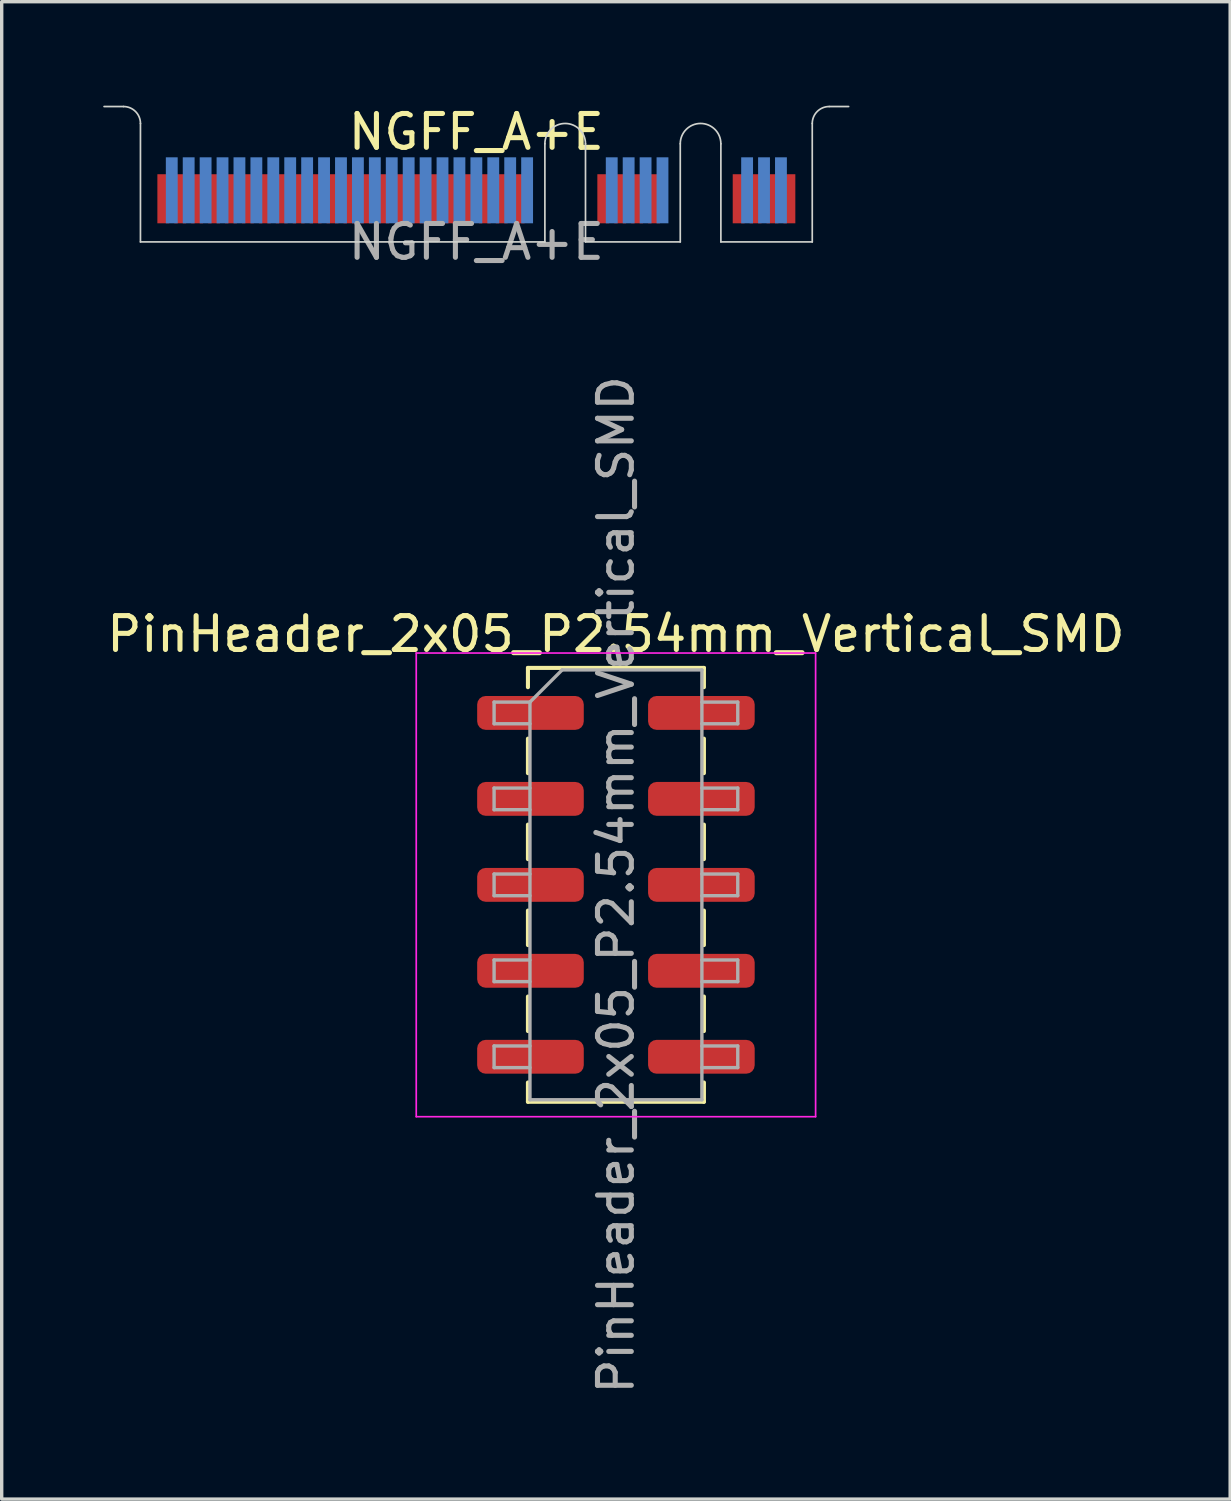
<source format=kicad_pcb>
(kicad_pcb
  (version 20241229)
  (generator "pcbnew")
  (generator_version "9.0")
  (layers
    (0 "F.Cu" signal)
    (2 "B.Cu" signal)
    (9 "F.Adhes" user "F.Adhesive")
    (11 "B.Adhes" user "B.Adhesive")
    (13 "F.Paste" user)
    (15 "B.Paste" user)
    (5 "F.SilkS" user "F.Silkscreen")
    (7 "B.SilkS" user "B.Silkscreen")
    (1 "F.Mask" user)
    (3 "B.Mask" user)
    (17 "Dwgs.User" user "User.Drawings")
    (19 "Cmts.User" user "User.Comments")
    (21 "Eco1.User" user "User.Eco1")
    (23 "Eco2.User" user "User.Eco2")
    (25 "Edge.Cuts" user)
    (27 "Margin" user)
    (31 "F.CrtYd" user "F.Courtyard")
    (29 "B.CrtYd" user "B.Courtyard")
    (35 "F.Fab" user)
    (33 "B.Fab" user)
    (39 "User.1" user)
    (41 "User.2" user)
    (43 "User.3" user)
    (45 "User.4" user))
  (footprint "NGFF_A+E"
    (layer "F.Cu")
    (at 11.025 4.098)
    (property "Reference" "NGFF_A+E" (at 0 -3.25 0) (layer "F.SilkS") (effects (font (size 1 1) (thickness 0.15))))
    (attr exclude_from_pos_files exclude_from_bom)
    (fp_poly (pts (xy -9.925 0) (xy 2.025 0) (xy 2.025 -2) (xy -9.925 -2)) (stroke (width 0) (type solid)) (fill yes) (layer "F.Mask"))
    (fp_poly (pts (xy 3.225 0) (xy 6.025 0) (xy 6.025 -2) (xy 3.225 -2)) (stroke (width 0) (type solid)) (fill yes) (layer "F.Mask"))
    (fp_poly (pts (xy 7.225 0) (xy 9.925 0) (xy 9.925 -2) (xy 7.225 -2)) (stroke (width 0) (type solid)) (fill yes) (layer "F.Mask"))
    (fp_poly (pts (xy -9.925 0) (xy 2.025 0) (xy 2.025 -2.5) (xy -9.925 -2.5)) (stroke (width 0) (type solid)) (fill yes) (layer "B.Mask"))
    (fp_poly (pts (xy 3.225 0) (xy 6.025 0) (xy 6.025 -2.5) (xy 3.225 -2.5)) (stroke (width 0) (type solid)) (fill yes) (layer "B.Mask"))
    (fp_poly (pts (xy 7.225 0) (xy 9.925 0) (xy 9.925 -2.5) (xy 7.225 -2.5)) (stroke (width 0) (type solid)) (fill yes) (layer "B.Mask"))
    (fp_line (start -11 -4) (end -10.425 -4) (stroke (width 0.05) (type solid)) (layer "Edge.Cuts"))
    (fp_line (start -9.925 -3.5) (end -9.925 0) (stroke (width 0.05) (type solid)) (layer "Edge.Cuts"))
    (fp_line (start -9.925 0) (end 2.025 0) (stroke (width 0.05) (type solid)) (layer "Edge.Cuts"))
    (fp_line (start 2.025 0) (end 2.025 -2.9) (stroke (width 0.05) (type solid)) (layer "Edge.Cuts"))
    (fp_line (start 3.225 -2.9) (end 3.225 0) (stroke (width 0.05) (type solid)) (layer "Edge.Cuts"))
    (fp_line (start 3.225 0) (end 6.025 0) (stroke (width 0.05) (type solid)) (layer "Edge.Cuts"))
    (fp_line (start 6.025 0) (end 6.025 -2.9) (stroke (width 0.05) (type solid)) (layer "Edge.Cuts"))
    (fp_line (start 7.225 -2.9) (end 7.225 0) (stroke (width 0.05) (type solid)) (layer "Edge.Cuts"))
    (fp_line (start 7.225 0) (end 9.925 0) (stroke (width 0.05) (type solid)) (layer "Edge.Cuts"))
    (fp_line (start 9.925 0) (end 9.925 -3.5) (stroke (width 0.05) (type solid)) (layer "Edge.Cuts"))
    (fp_line (start 10.425 -4) (end 11 -4) (stroke (width 0.05) (type solid)) (layer "Edge.Cuts"))
    (fp_arc (start -10.425 -4) (mid -10.071447 -3.853553) (end -9.925 -3.5) (stroke (width 0.05) (type solid)) (layer "Edge.Cuts"))
    (fp_arc (start 2.025 -2.9) (mid 2.625 -3.5) (end 3.225 -2.9) (stroke (width 0.05) (type solid)) (layer "Edge.Cuts"))
    (fp_arc (start 6.025 -2.9) (mid 6.625 -3.5) (end 7.225 -2.9) (stroke (width 0.05) (type solid)) (layer "Edge.Cuts"))
    (fp_arc (start 9.925 -3.5) (mid 10.071447 -3.853553) (end 10.425 -4) (stroke (width 0.05) (type solid)) (layer "Edge.Cuts"))
    (fp_text user "${REFERENCE}" (at 0 0 0) (layer "F.Fab") (effects (font (size 1 1) (thickness 0.15))))
    (pad "1" smd rect (at 9.25 -1.275) (size 0.35 1.45) (layers "F.Cu"))
    (pad "2" smd rect (at 9 -1.525) (size 0.35 1.95) (layers "B.Cu"))
    (pad "3" smd rect (at 8.75 -1.275) (size 0.35 1.45) (layers "F.Cu"))
    (pad "4" smd rect (at 8.5 -1.525) (size 0.35 1.95) (layers "B.Cu"))
    (pad "5" smd rect (at 8.25 -1.275) (size 0.35 1.45) (layers "F.Cu"))
    (pad "6" smd rect (at 8 -1.525) (size 0.35 1.95) (layers "B.Cu"))
    (pad "7" smd rect (at 7.75 -1.275) (size 0.35 1.45) (layers "F.Cu"))
    (pad "16" smd rect (at 5.5 -1.525) (size 0.35 1.95) (layers "B.Cu"))
    (pad "17" smd rect (at 5.25 -1.275) (size 0.35 1.45) (layers "F.Cu"))
    (pad "18" smd rect (at 5 -1.525) (size 0.35 1.95) (layers "B.Cu"))
    (pad "19" smd rect (at 4.75 -1.275) (size 0.35 1.45) (layers "F.Cu"))
    (pad "20" smd rect (at 4.5 -1.525) (size 0.35 1.95) (layers "B.Cu"))
    (pad "21" smd rect (at 4.25 -1.275) (size 0.35 1.45) (layers "F.Cu"))
    (pad "22" smd rect (at 4 -1.525) (size 0.35 1.95) (layers "B.Cu"))
    (pad "23" smd rect (at 3.75 -1.275) (size 0.35 1.45) (layers "F.Cu"))
    (pad "32" smd rect (at 1.5 -1.525) (size 0.35 1.95) (layers "B.Cu"))
    (pad "33" smd rect (at 1.25 -1.275) (size 0.35 1.45) (layers "F.Cu"))
    (pad "34" smd rect (at 1 -1.525) (size 0.35 1.95) (layers "B.Cu"))
    (pad "35" smd rect (at 0.75 -1.275) (size 0.35 1.45) (layers "F.Cu"))
    (pad "36" smd rect (at 0.5 -1.525) (size 0.35 1.95) (layers "B.Cu"))
    (pad "37" smd rect (at 0.25 -1.275) (size 0.35 1.45) (layers "F.Cu"))
    (pad "38" smd rect (at 0 -1.525) (size 0.35 1.95) (layers "B.Cu"))
    (pad "39" smd rect (at -0.25 -1.275) (size 0.35 1.45) (layers "F.Cu"))
    (pad "40" smd rect (at -0.5 -1.525) (size 0.35 1.95) (layers "B.Cu"))
    (pad "41" smd rect (at -0.75 -1.275) (size 0.35 1.45) (layers "F.Cu"))
    (pad "42" smd rect (at -1 -1.525) (size 0.35 1.95) (layers "B.Cu"))
    (pad "43" smd rect (at -1.25 -1.275) (size 0.35 1.45) (layers "F.Cu"))
    (pad "44" smd rect (at -1.5 -1.525) (size 0.35 1.95) (layers "B.Cu"))
    (pad "45" smd rect (at -1.75 -1.275) (size 0.35 1.45) (layers "F.Cu"))
    (pad "46" smd rect (at -2 -1.525) (size 0.35 1.95) (layers "B.Cu"))
    (pad "47" smd rect (at -2.25 -1.275) (size 0.35 1.45) (layers "F.Cu"))
    (pad "48" smd rect (at -2.5 -1.525) (size 0.35 1.95) (layers "B.Cu"))
    (pad "49" smd rect (at -2.75 -1.275) (size 0.35 1.45) (layers "F.Cu"))
    (pad "50" smd rect (at -3 -1.525) (size 0.35 1.95) (layers "B.Cu"))
    (pad "51" smd rect (at -3.25 -1.275) (size 0.35 1.45) (layers "F.Cu"))
    (pad "52" smd rect (at -3.5 -1.525) (size 0.35 1.95) (layers "B.Cu"))
    (pad "53" smd rect (at -3.75 -1.275) (size 0.35 1.45) (layers "F.Cu"))
    (pad "54" smd rect (at -4 -1.525) (size 0.35 1.95) (layers "B.Cu"))
    (pad "55" smd rect (at -4.25 -1.275) (size 0.35 1.45) (layers "F.Cu"))
    (pad "56" smd rect (at -4.5 -1.525) (size 0.35 1.95) (layers "B.Cu"))
    (pad "57" smd rect (at -4.75 -1.275) (size 0.35 1.45) (layers "F.Cu"))
    (pad "58" smd rect (at -5 -1.525) (size 0.35 1.95) (layers "B.Cu"))
    (pad "59" smd rect (at -5.25 -1.275) (size 0.35 1.45) (layers "F.Cu"))
    (pad "60" smd rect (at -5.5 -1.525) (size 0.35 1.95) (layers "B.Cu"))
    (pad "61" smd rect (at -5.75 -1.275) (size 0.35 1.45) (layers "F.Cu"))
    (pad "62" smd rect (at -6 -1.525) (size 0.35 1.95) (layers "B.Cu"))
    (pad "63" smd rect (at -6.25 -1.275) (size 0.35 1.45) (layers "F.Cu"))
    (pad "64" smd rect (at -6.5 -1.525) (size 0.35 1.95) (layers "B.Cu"))
    (pad "65" smd rect (at -6.75 -1.275) (size 0.35 1.45) (layers "F.Cu"))
    (pad "66" smd rect (at -7 -1.525) (size 0.35 1.95) (layers "B.Cu"))
    (pad "67" smd rect (at -7.25 -1.275) (size 0.35 1.45) (layers "F.Cu"))
    (pad "68" smd rect (at -7.5 -1.525) (size 0.35 1.95) (layers "B.Cu"))
    (pad "69" smd rect (at -7.75 -1.275) (size 0.35 1.45) (layers "F.Cu"))
    (pad "70" smd rect (at -8 -1.525) (size 0.35 1.95) (layers "B.Cu"))
    (pad "71" smd rect (at -8.25 -1.275) (size 0.35 1.45) (layers "F.Cu"))
    (pad "72" smd rect (at -8.5 -1.525) (size 0.35 1.95) (layers "B.Cu"))
    (pad "73" smd rect (at -8.75 -1.275) (size 0.35 1.45) (layers "F.Cu"))
    (pad "74" smd rect (at -9 -1.525) (size 0.35 1.95) (layers "B.Cu"))
    (pad "75" smd rect (at -9.25 -1.275) (size 0.35 1.45) (layers "F.Cu")))
  (footprint "PinHeader_2x05_P2.54mm_Vertical_SMD"
    (layer "F.Cu")
    (at 15.149 23.095)
    (property "Reference" "PinHeader_2x05_P2.54mm_Vertical_SMD" (at 0 -7.41 0) (layer "F.SilkS") (effects (font (size 1 1) (thickness 0.15))))
    (attr smd)
    (fp_line (start -2.6 -6.41) (end -2.6 -5.84) (stroke (width 0.12) (type solid)) (layer "F.SilkS"))
    (fp_line (start -2.6 -6.41) (end 2.6 -6.41) (stroke (width 0.12) (type solid)) (layer "F.SilkS"))
    (fp_line (start -2.6 -4.32) (end -2.6 -3.3) (stroke (width 0.12) (type solid)) (layer "F.SilkS"))
    (fp_line (start -2.6 -1.78) (end -2.6 -0.76) (stroke (width 0.12) (type solid)) (layer "F.SilkS"))
    (fp_line (start -2.6 0.76) (end -2.6 1.78) (stroke (width 0.12) (type solid)) (layer "F.SilkS"))
    (fp_line (start -2.6 3.3) (end -2.6 4.32) (stroke (width 0.12) (type solid)) (layer "F.SilkS"))
    (fp_line (start -2.6 5.84) (end -2.6 6.41) (stroke (width 0.12) (type solid)) (layer "F.SilkS"))
    (fp_line (start -2.6 6.41) (end 2.6 6.41) (stroke (width 0.12) (type solid)) (layer "F.SilkS"))
    (fp_line (start 2.6 -6.41) (end 2.6 -5.84) (stroke (width 0.12) (type solid)) (layer "F.SilkS"))
    (fp_line (start 2.6 -4.32) (end 2.6 -3.3) (stroke (width 0.12) (type solid)) (layer "F.SilkS"))
    (fp_line (start 2.6 -1.78) (end 2.6 -0.76) (stroke (width 0.12) (type solid)) (layer "F.SilkS"))
    (fp_line (start 2.6 0.76) (end 2.6 1.78) (stroke (width 0.12) (type solid)) (layer "F.SilkS"))
    (fp_line (start 2.6 3.3) (end 2.6 4.32) (stroke (width 0.12) (type solid)) (layer "F.SilkS"))
    (fp_line (start 2.6 5.84) (end 2.6 6.41) (stroke (width 0.12) (type solid)) (layer "F.SilkS"))
    (fp_line (start -5.9 -6.85) (end -5.9 6.85) (stroke (width 0.05) (type solid)) (layer "F.CrtYd"))
    (fp_line (start -5.9 6.85) (end 5.9 6.85) (stroke (width 0.05) (type solid)) (layer "F.CrtYd"))
    (fp_line (start 5.9 -6.85) (end -5.9 -6.85) (stroke (width 0.05) (type solid)) (layer "F.CrtYd"))
    (fp_line (start 5.9 6.85) (end 5.9 -6.85) (stroke (width 0.05) (type solid)) (layer "F.CrtYd"))
    (fp_line (start -3.6 -5.4) (end -3.6 -4.76) (stroke (width 0.1) (type solid)) (layer "F.Fab"))
    (fp_line (start -3.6 -4.76) (end -2.54 -4.76) (stroke (width 0.1) (type solid)) (layer "F.Fab"))
    (fp_line (start -3.6 -2.86) (end -3.6 -2.22) (stroke (width 0.1) (type solid)) (layer "F.Fab"))
    (fp_line (start -3.6 -2.22) (end -2.54 -2.22) (stroke (width 0.1) (type solid)) (layer "F.Fab"))
    (fp_line (start -3.6 -0.32) (end -3.6 0.32) (stroke (width 0.1) (type solid)) (layer "F.Fab"))
    (fp_line (start -3.6 0.32) (end -2.54 0.32) (stroke (width 0.1) (type solid)) (layer "F.Fab"))
    (fp_line (start -3.6 2.22) (end -3.6 2.86) (stroke (width 0.1) (type solid)) (layer "F.Fab"))
    (fp_line (start -3.6 2.86) (end -2.54 2.86) (stroke (width 0.1) (type solid)) (layer "F.Fab"))
    (fp_line (start -3.6 4.76) (end -3.6 5.4) (stroke (width 0.1) (type solid)) (layer "F.Fab"))
    (fp_line (start -3.6 5.4) (end -2.54 5.4) (stroke (width 0.1) (type solid)) (layer "F.Fab"))
    (fp_line (start -2.54 -5.4) (end -3.6 -5.4) (stroke (width 0.1) (type solid)) (layer "F.Fab"))
    (fp_line (start -2.54 -5.4) (end -1.59 -6.35) (stroke (width 0.1) (type solid)) (layer "F.Fab"))
    (fp_line (start -2.54 -2.86) (end -3.6 -2.86) (stroke (width 0.1) (type solid)) (layer "F.Fab"))
    (fp_line (start -2.54 -0.32) (end -3.6 -0.32) (stroke (width 0.1) (type solid)) (layer "F.Fab"))
    (fp_line (start -2.54 2.22) (end -3.6 2.22) (stroke (width 0.1) (type solid)) (layer "F.Fab"))
    (fp_line (start -2.54 4.76) (end -3.6 4.76) (stroke (width 0.1) (type solid)) (layer "F.Fab"))
    (fp_line (start -2.54 6.35) (end -2.54 -5.4) (stroke (width 0.1) (type solid)) (layer "F.Fab"))
    (fp_line (start -1.59 -6.35) (end 2.54 -6.35) (stroke (width 0.1) (type solid)) (layer "F.Fab"))
    (fp_line (start 2.54 -6.35) (end 2.54 6.35) (stroke (width 0.1) (type solid)) (layer "F.Fab"))
    (fp_line (start 2.54 -5.4) (end 3.6 -5.4) (stroke (width 0.1) (type solid)) (layer "F.Fab"))
    (fp_line (start 2.54 -2.86) (end 3.6 -2.86) (stroke (width 0.1) (type solid)) (layer "F.Fab"))
    (fp_line (start 2.54 -0.32) (end 3.6 -0.32) (stroke (width 0.1) (type solid)) (layer "F.Fab"))
    (fp_line (start 2.54 2.22) (end 3.6 2.22) (stroke (width 0.1) (type solid)) (layer "F.Fab"))
    (fp_line (start 2.54 4.76) (end 3.6 4.76) (stroke (width 0.1) (type solid)) (layer "F.Fab"))
    (fp_line (start 2.54 6.35) (end -2.54 6.35) (stroke (width 0.1) (type solid)) (layer "F.Fab"))
    (fp_line (start 3.6 -5.4) (end 3.6 -4.76) (stroke (width 0.1) (type solid)) (layer "F.Fab"))
    (fp_line (start 3.6 -4.76) (end 2.54 -4.76) (stroke (width 0.1) (type solid)) (layer "F.Fab"))
    (fp_line (start 3.6 -2.86) (end 3.6 -2.22) (stroke (width 0.1) (type solid)) (layer "F.Fab"))
    (fp_line (start 3.6 -2.22) (end 2.54 -2.22) (stroke (width 0.1) (type solid)) (layer "F.Fab"))
    (fp_line (start 3.6 -0.32) (end 3.6 0.32) (stroke (width 0.1) (type solid)) (layer "F.Fab"))
    (fp_line (start 3.6 0.32) (end 2.54 0.32) (stroke (width 0.1) (type solid)) (layer "F.Fab"))
    (fp_line (start 3.6 2.22) (end 3.6 2.86) (stroke (width 0.1) (type solid)) (layer "F.Fab"))
    (fp_line (start 3.6 2.86) (end 2.54 2.86) (stroke (width 0.1) (type solid)) (layer "F.Fab"))
    (fp_line (start 3.6 4.76) (end 3.6 5.4) (stroke (width 0.1) (type solid)) (layer "F.Fab"))
    (fp_line (start 3.6 5.4) (end 2.54 5.4) (stroke (width 0.1) (type solid)) (layer "F.Fab"))
    (fp_text user "${REFERENCE}" (at 0 0 90) (layer "F.Fab") (effects (font (size 1 1) (thickness 0.15))))
    (pad "1" smd roundrect (at -2.525 -5.08) (size 3.15 1) (layers "F.Cu" "F.Mask" "F.Paste") (roundrect_rratio 0.25))
    (pad "2" smd roundrect (at 2.525 -5.08) (size 3.15 1) (layers "F.Cu" "F.Mask" "F.Paste") (roundrect_rratio 0.25))
    (pad "3" smd roundrect (at -2.525 -2.54) (size 3.15 1) (layers "F.Cu" "F.Mask" "F.Paste") (roundrect_rratio 0.25))
    (pad "4" smd roundrect (at 2.525 -2.54) (size 3.15 1) (layers "F.Cu" "F.Mask" "F.Paste") (roundrect_rratio 0.25))
    (pad "5" smd roundrect (at -2.525 0) (size 3.15 1) (layers "F.Cu" "F.Mask" "F.Paste") (roundrect_rratio 0.25))
    (pad "6" smd roundrect (at 2.525 0) (size 3.15 1) (layers "F.Cu" "F.Mask" "F.Paste") (roundrect_rratio 0.25))
    (pad "7" smd roundrect (at -2.525 2.54) (size 3.15 1) (layers "F.Cu" "F.Mask" "F.Paste") (roundrect_rratio 0.25))
    (pad "8" smd roundrect (at 2.525 2.54) (size 3.15 1) (layers "F.Cu" "F.Mask" "F.Paste") (roundrect_rratio 0.25))
    (pad "9" smd roundrect (at -2.525 5.08) (size 3.15 1) (layers "F.Cu" "F.Mask" "F.Paste") (roundrect_rratio 0.25))
    (pad "10" smd roundrect (at 2.525 5.08) (size 3.15 1) (layers "F.Cu" "F.Mask" "F.Paste") (roundrect_rratio 0.25)))
  (gr_rect
    (start -3 -3)
    (end 33.298 41.244)
    (stroke (width 0.1) (type default))
    (fill no)
    (layer "Edge.Cuts")))
</source>
